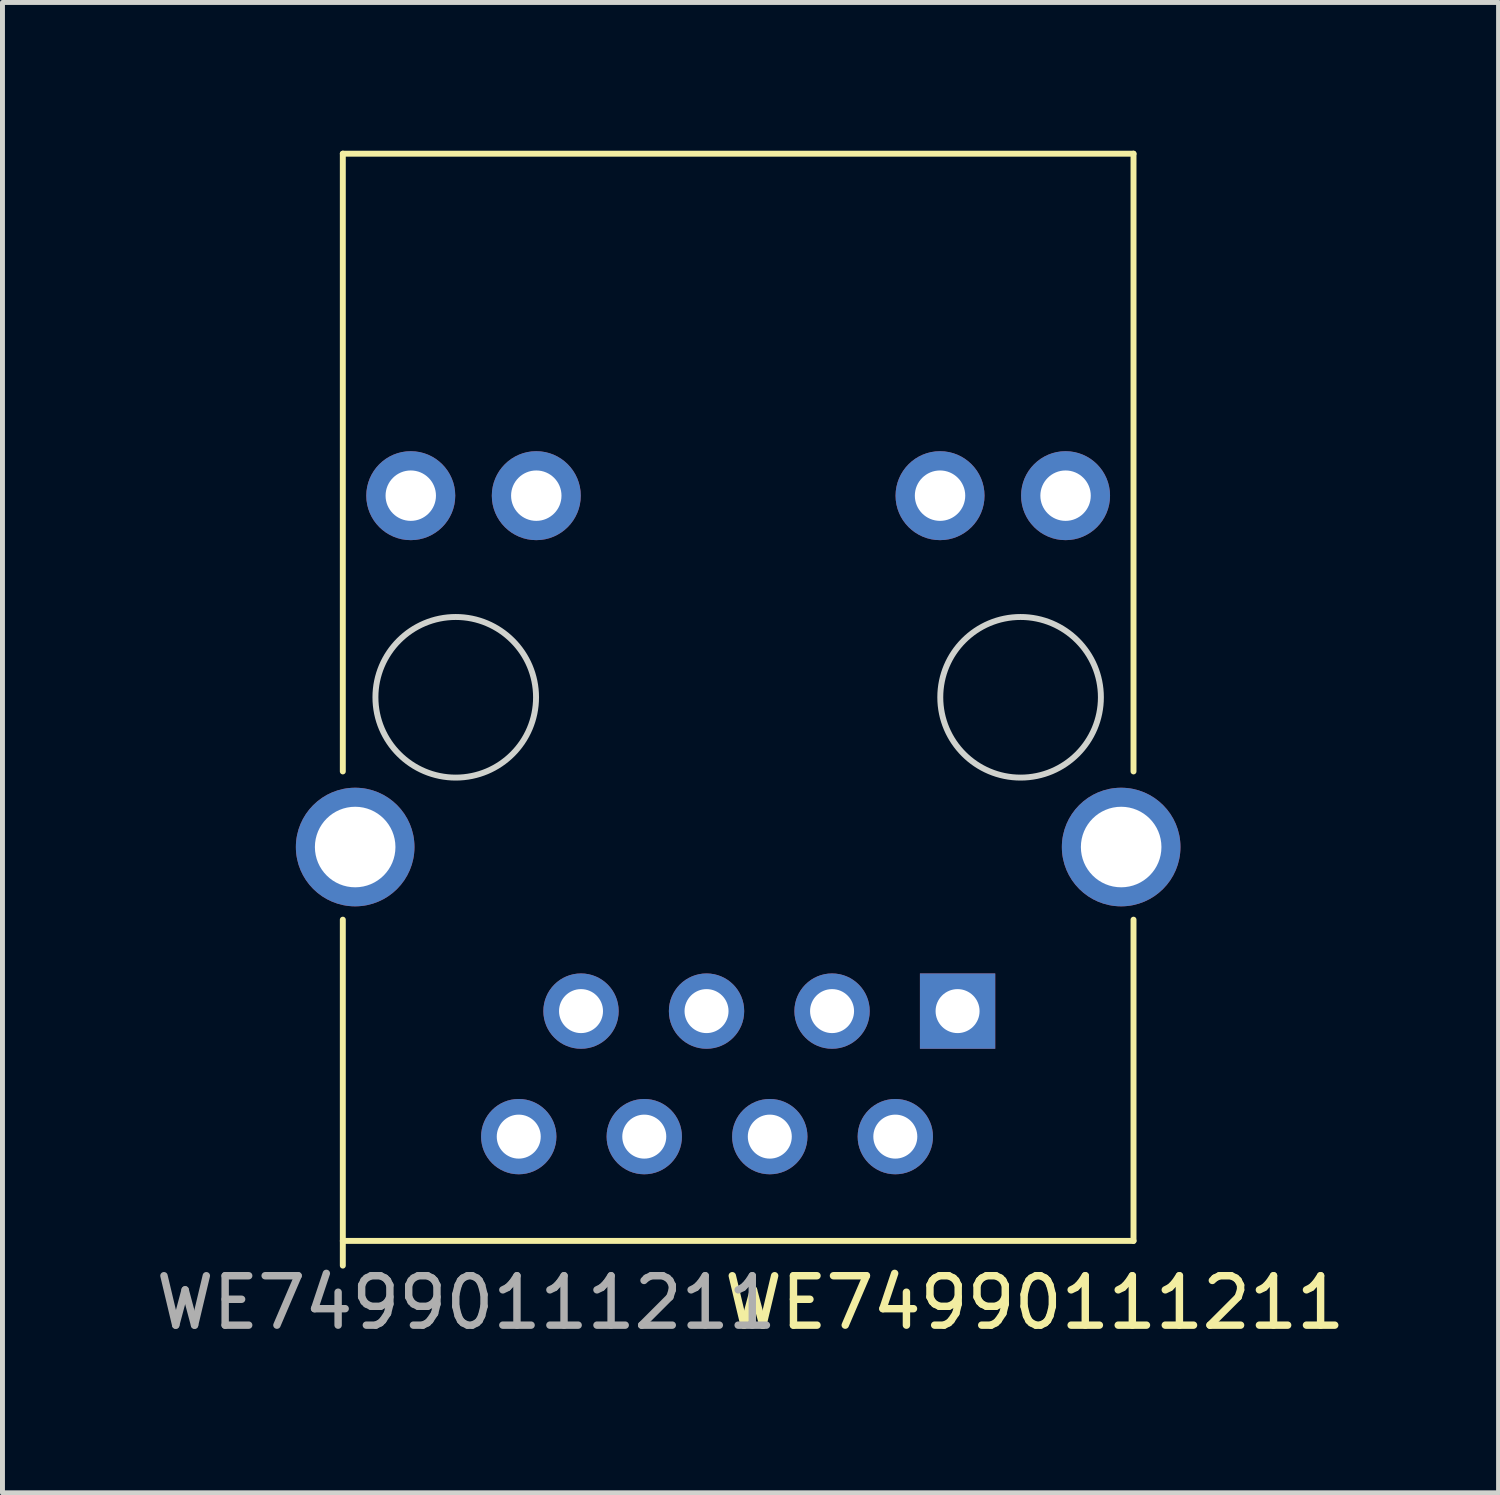
<source format=kicad_pcb>
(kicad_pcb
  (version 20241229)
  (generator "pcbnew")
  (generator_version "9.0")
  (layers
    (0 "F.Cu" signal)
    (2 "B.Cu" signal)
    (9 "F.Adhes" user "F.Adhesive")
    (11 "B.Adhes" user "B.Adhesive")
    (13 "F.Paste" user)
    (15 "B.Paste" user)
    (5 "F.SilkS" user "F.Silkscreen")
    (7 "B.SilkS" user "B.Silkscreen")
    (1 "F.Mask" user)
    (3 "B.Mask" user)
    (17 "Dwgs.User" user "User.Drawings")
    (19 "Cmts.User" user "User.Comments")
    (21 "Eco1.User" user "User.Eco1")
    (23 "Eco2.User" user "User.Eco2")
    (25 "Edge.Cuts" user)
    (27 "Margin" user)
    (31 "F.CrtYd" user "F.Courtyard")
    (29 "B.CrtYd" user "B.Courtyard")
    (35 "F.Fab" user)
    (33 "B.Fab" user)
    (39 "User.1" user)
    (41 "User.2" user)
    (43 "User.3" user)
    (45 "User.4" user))
  (footprint "WE74990111211"
    (layer "F.Cu")
    (at 11.887 11.06)
    (property "Reference" "WE74990111211" (at 6 12.25 0) (unlocked yes) (layer "F.SilkS") (effects (font (size 1 1) (thickness 0.15))))
    (attr through_hole)
    (fp_line (start -8 -11) (end 8 -11) (stroke (width 0.12) (type solid)) (layer "F.SilkS"))
    (fp_line (start -8 1.5) (end -8 -11) (stroke (width 0.12) (type solid)) (layer "F.SilkS"))
    (fp_line (start -8 11.5) (end -8 4.5) (stroke (width 0.12) (type solid)) (layer "F.SilkS"))
    (fp_line (start 8 -11) (end 8 1.5) (stroke (width 0.12) (type solid)) (layer "F.SilkS"))
    (fp_line (start 8 4.5) (end 8 11) (stroke (width 0.12) (type solid)) (layer "F.SilkS"))
    (fp_line (start 8 11) (end -8 11) (stroke (width 0.12) (type solid)) (layer "F.SilkS"))
    (fp_circle (center -5.715 0) (end -4.09 0) (stroke (width 0.12) (type solid)) (fill no) (layer "Edge.Cuts"))
    (fp_circle (center 5.715 0) (end 7.34 0) (stroke (width 0.12) (type solid)) (fill no) (layer "Edge.Cuts"))
    (fp_text user "${REFERENCE}" (at -5.5 12.25 0) (unlocked yes) (layer "F.Fab") (effects (font (size 1 1) (thickness 0.15))))
    (pad "1" thru_hole rect (at 4.44 6.35) (size 1.524 1.524) (drill 0.89) (layers "*.Cu" "*.Mask"))
    (pad "2" thru_hole circle (at 3.18 8.89) (size 1.524 1.524) (drill 0.89) (layers "*.Cu" "*.Mask"))
    (pad "3" thru_hole circle (at 1.9 6.35) (size 1.524 1.524) (drill 0.89) (layers "*.Cu" "*.Mask"))
    (pad "4" thru_hole circle (at 0.64 8.89) (size 1.524 1.524) (drill 0.89) (layers "*.Cu" "*.Mask"))
    (pad "5" thru_hole circle (at -0.64 6.35) (size 1.524 1.524) (drill 0.89) (layers "*.Cu" "*.Mask"))
    (pad "6" thru_hole circle (at -1.9 8.89) (size 1.524 1.524) (drill 0.89) (layers "*.Cu" "*.Mask"))
    (pad "7" thru_hole circle (at -3.18 6.35) (size 1.524 1.524) (drill 0.89) (layers "*.Cu" "*.Mask"))
    (pad "8" thru_hole circle (at -4.44 8.89) (size 1.524 1.524) (drill 0.89) (layers "*.Cu" "*.Mask"))
    (pad "9" thru_hole circle (at 6.625 -4.08) (size 1.8 1.8) (drill 1.02) (layers "*.Cu" "*.Mask"))
    (pad "10" thru_hole circle (at 4.085 -4.08) (size 1.8 1.8) (drill 1.02) (layers "*.Cu" "*.Mask"))
    (pad "11" thru_hole circle (at -4.085 -4.08) (size 1.8 1.8) (drill 1.02) (layers "*.Cu" "*.Mask"))
    (pad "12" thru_hole circle (at -6.625 -4.08) (size 1.8 1.8) (drill 1.02) (layers "*.Cu" "*.Mask"))
    (pad "SH" thru_hole circle (at -7.75 3.03) (size 2.4 2.4) (drill 1.63) (layers "*.Cu" "*.Mask"))
    (pad "SH" thru_hole circle (at 7.75 3.03) (size 2.4 2.4) (drill 1.63) (layers "*.Cu" "*.Mask")))
  (gr_rect
    (start -3 -3)
    (end 27.274 27.158)
    (stroke (width 0.1) (type default))
    (fill no)
    (layer "Edge.Cuts")))
</source>
